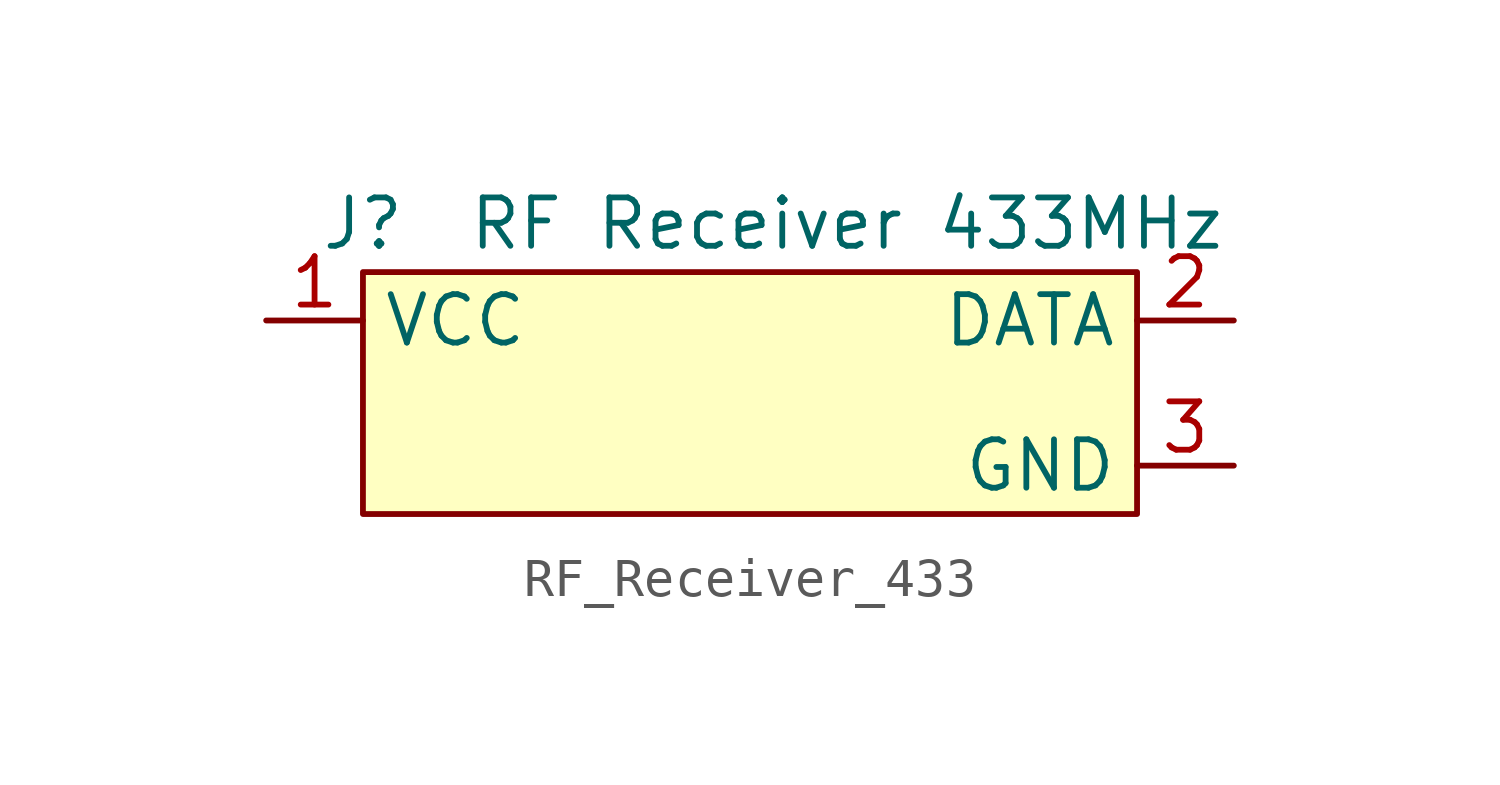
<source format=kicad_sym>
(kicad_symbol_lib
  (version 20220914)
  (generator kicad_symbol_editor)
  (symbol "RF_Receiver_433"
    (property "Reference" "J"
      (at -3.81 0 0)
      (effects (font (size 1.27 1.27))))
    (property "Value" "RF Receiver 433MHz"
      (at 8.89 0 0)
      (effects (font (size 1.27 1.27))))
    (symbol "RF_Receiver_433_1_1"
      (rectangle (start -3.81 -1.27) (end 16.51 -7.62) (stroke (width 0) (type default)) (fill (type background)))
      (pin power_in line (at -6.35 -2.54 0) (length 2.54) (name "VCC" (effects (font (size 1.27 1.27)))) (number "1" (effects (font (size 1.27 1.27)))))
      (pin output line (at 19.05 -2.54 180) (length 2.54) (name "DATA" (effects (font (size 1.27 1.27)))) (number "2" (effects (font (size 1.27 1.27)))))
      (pin power_in line (at 19.05 -6.35 180) (length 2.54) (name "GND" (effects (font (size 1.27 1.27)))) (number "3" (effects (font (size 1.27 1.27))))))))
</source>
